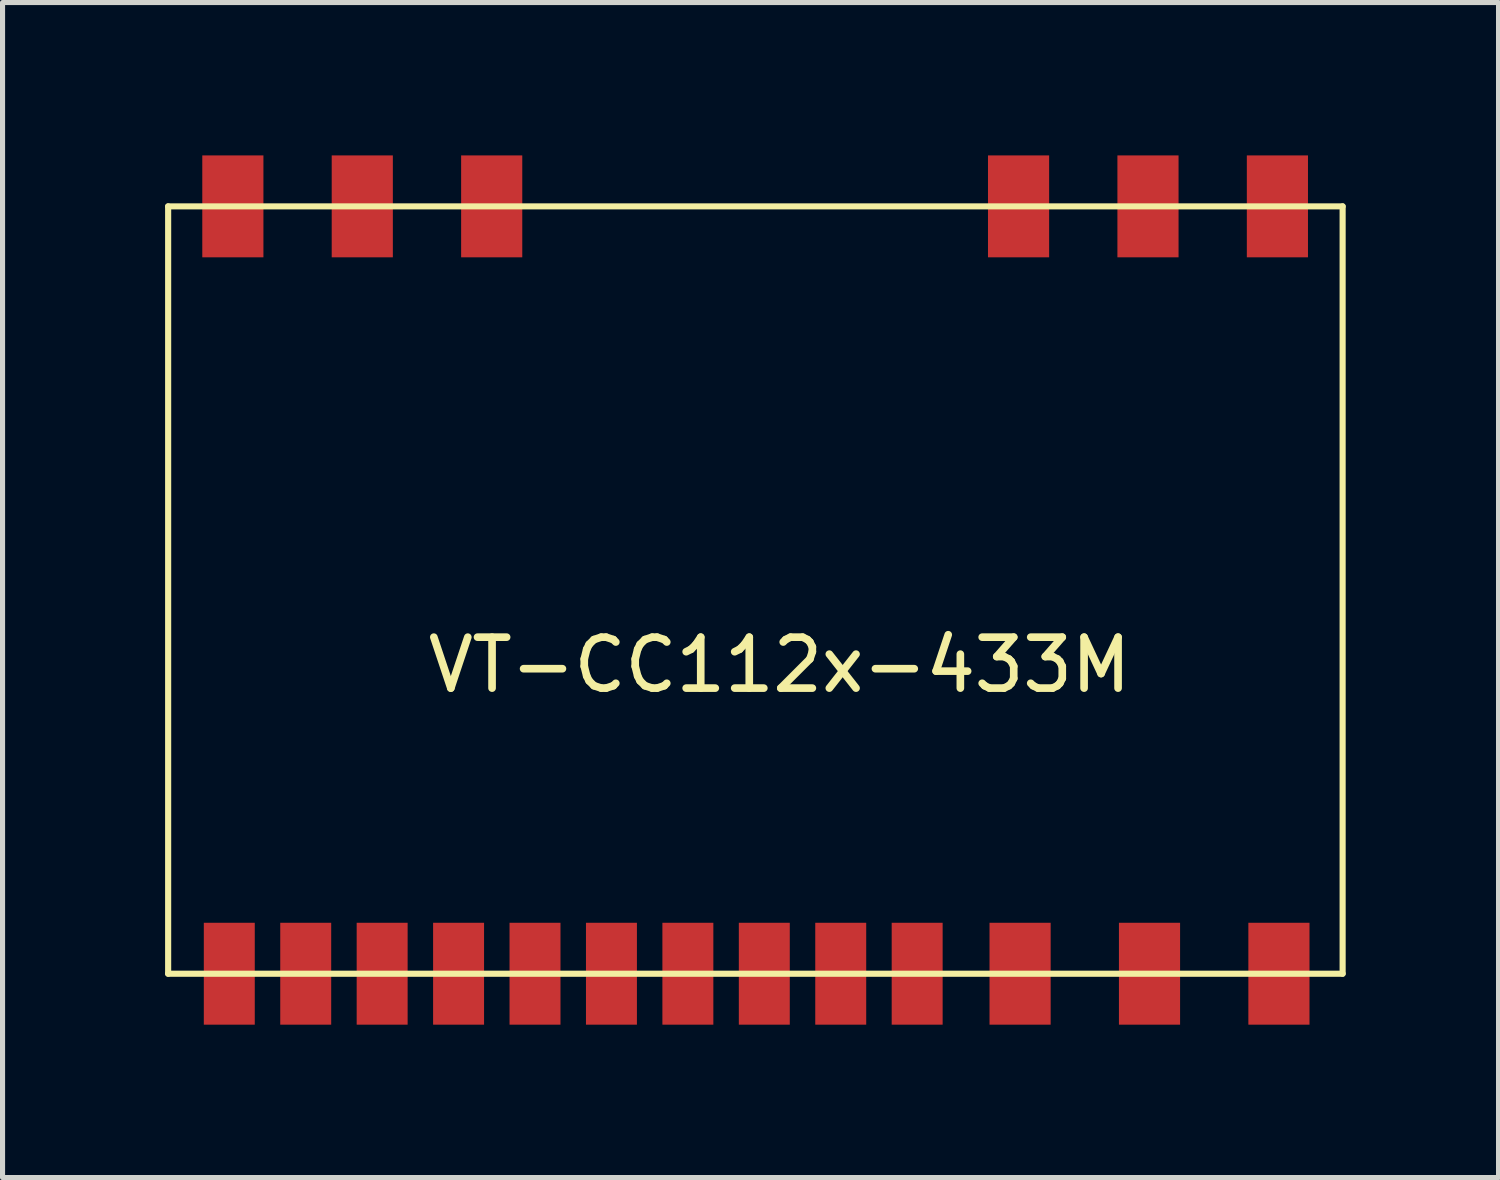
<source format=kicad_pcb>
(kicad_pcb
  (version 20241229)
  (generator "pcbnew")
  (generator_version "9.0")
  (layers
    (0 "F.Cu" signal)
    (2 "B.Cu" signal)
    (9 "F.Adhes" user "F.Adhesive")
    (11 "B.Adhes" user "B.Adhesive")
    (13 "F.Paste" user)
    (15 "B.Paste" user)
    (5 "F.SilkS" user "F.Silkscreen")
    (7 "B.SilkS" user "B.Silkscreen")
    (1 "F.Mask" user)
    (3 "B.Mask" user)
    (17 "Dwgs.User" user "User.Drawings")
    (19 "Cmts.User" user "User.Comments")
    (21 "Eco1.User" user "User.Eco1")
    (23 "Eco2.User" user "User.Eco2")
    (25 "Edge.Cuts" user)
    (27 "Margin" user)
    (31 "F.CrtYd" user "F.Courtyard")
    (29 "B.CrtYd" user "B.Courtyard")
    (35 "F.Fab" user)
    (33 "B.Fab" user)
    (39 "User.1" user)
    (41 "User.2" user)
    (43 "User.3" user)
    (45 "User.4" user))
  (footprint "VT-CC112x-433M"
    (layer "F.Cu")
    (at 0.25 1)
    (property "Reference" "VT-CC112x-433M" (at 12 9 0) (layer "F.SilkS") (effects (font (size 1 1) (thickness 0.15))))
    (attr through_hole)
    (fp_line (start 0 0) (end 0 15.06) (stroke (width 0.12) (type solid)) (layer "F.SilkS"))
    (fp_line (start 0 0) (end 23.05 0) (stroke (width 0.12) (type solid)) (layer "F.SilkS"))
    (fp_line (start 0 15.06) (end 23.05 15.06) (stroke (width 0.12) (type solid)) (layer "F.SilkS"))
    (fp_line (start 23.05 0) (end 23.05 15.06) (stroke (width 0.12) (type solid)) (layer "F.SilkS"))
    (pad "1" smd rect (at 1.2 15.06) (size 1 2) (layers "F.Cu" "F.Mask" "F.Paste"))
    (pad "2" smd rect (at 2.7 15.06) (size 1 2) (layers "F.Cu" "F.Mask" "F.Paste"))
    (pad "3" smd rect (at 4.2 15.06) (size 1 2) (layers "F.Cu" "F.Mask" "F.Paste"))
    (pad "4" smd rect (at 5.7 15.06) (size 1 2) (layers "F.Cu" "F.Mask" "F.Paste"))
    (pad "5" smd rect (at 7.2 15.06) (size 1 2) (layers "F.Cu" "F.Mask" "F.Paste"))
    (pad "6" smd rect (at 8.7 15.06) (size 1 2) (layers "F.Cu" "F.Mask" "F.Paste"))
    (pad "7" smd rect (at 10.2 15.06) (size 1 2) (layers "F.Cu" "F.Mask" "F.Paste"))
    (pad "8" smd rect (at 11.7 15.06) (size 1 2) (layers "F.Cu" "F.Mask" "F.Paste"))
    (pad "9" smd rect (at 13.2 15.06) (size 1 2) (layers "F.Cu" "F.Mask" "F.Paste"))
    (pad "10" smd rect (at 14.7 15.06) (size 1 2) (layers "F.Cu" "F.Mask" "F.Paste"))
    (pad "11" smd rect (at 16.72 15.06) (size 1.2 2) (layers "F.Cu" "F.Mask" "F.Paste"))
    (pad "12" smd rect (at 19.26 15.06) (size 1.2 2) (layers "F.Cu" "F.Mask" "F.Paste"))
    (pad "13" smd rect (at 21.8 15.06) (size 1.2 2) (layers "F.Cu" "F.Mask" "F.Paste"))
    (pad "14" smd rect (at 1.27 0) (size 1.2 2) (layers "F.Cu" "F.Mask" "F.Paste"))
    (pad "15" smd rect (at 3.81 0) (size 1.2 2) (layers "F.Cu" "F.Mask" "F.Paste"))
    (pad "16" smd rect (at 6.35 0) (size 1.2 2) (layers "F.Cu" "F.Mask" "F.Paste"))
    (pad "17" smd rect (at 16.69 0) (size 1.2 2) (layers "F.Cu" "F.Mask" "F.Paste"))
    (pad "18" smd rect (at 19.23 0) (size 1.2 2) (layers "F.Cu" "F.Mask" "F.Paste"))
    (pad "19" smd rect (at 21.77 0) (size 1.2 2) (layers "F.Cu" "F.Mask" "F.Paste")))
  (gr_rect
    (start -3 -3)
    (end 26.36 20.06)
    (stroke (width 0.1) (type default))
    (fill no)
    (layer "Edge.Cuts")))
</source>
